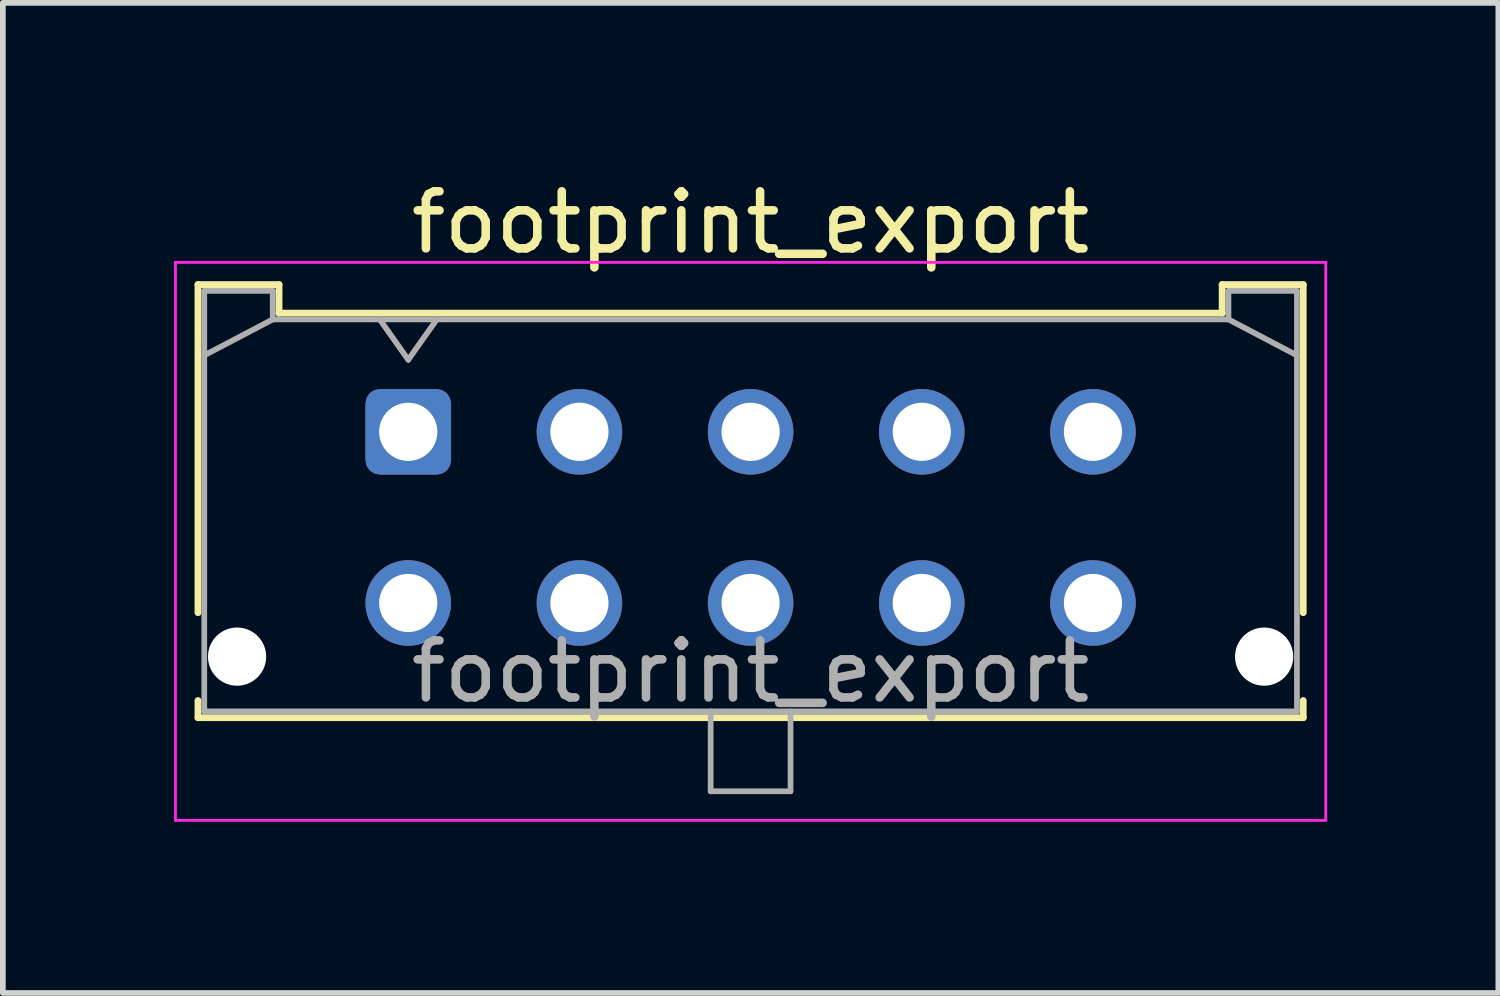
<source format=kicad_pcb>
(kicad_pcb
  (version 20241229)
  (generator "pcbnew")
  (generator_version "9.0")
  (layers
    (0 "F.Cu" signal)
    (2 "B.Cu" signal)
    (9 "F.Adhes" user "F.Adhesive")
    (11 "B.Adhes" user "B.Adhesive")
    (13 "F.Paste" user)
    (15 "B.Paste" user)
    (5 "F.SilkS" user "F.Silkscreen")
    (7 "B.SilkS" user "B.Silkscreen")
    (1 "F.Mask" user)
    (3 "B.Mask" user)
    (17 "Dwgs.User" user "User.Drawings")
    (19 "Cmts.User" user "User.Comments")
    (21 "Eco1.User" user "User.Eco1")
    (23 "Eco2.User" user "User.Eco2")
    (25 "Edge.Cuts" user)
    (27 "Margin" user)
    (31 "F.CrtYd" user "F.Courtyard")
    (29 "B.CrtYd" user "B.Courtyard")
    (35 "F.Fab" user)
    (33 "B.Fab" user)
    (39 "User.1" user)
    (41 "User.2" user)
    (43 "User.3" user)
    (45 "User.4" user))
  (footprint "footprint_export"
    (layer "F.Cu")
    (at 4.105 4.518)
    (property "Reference" "footprint_export" (at 6 -3.67 0) (layer "F.SilkS") (effects (font (size 1 1) (thickness 0.15))))
    (attr through_hole)
    (fp_line (start -3.685 -2.58) (end -2.265 -2.58) (stroke (width 0.12) (type solid)) (layer "F.SilkS"))
    (fp_line (start -3.685 3.17) (end -3.685 -2.58) (stroke (width 0.12) (type solid)) (layer "F.SilkS"))
    (fp_line (start -3.685 4.71) (end -3.685 5.01) (stroke (width 0.12) (type solid)) (layer "F.SilkS"))
    (fp_line (start -3.685 5.01) (end 15.685 5.01) (stroke (width 0.12) (type solid)) (layer "F.SilkS"))
    (fp_line (start -2.265 -2.58) (end -2.265 -2.08) (stroke (width 0.12) (type solid)) (layer "F.SilkS"))
    (fp_line (start -2.265 -2.08) (end 14.265 -2.08) (stroke (width 0.12) (type solid)) (layer "F.SilkS"))
    (fp_line (start 14.265 -2.58) (end 15.685 -2.58) (stroke (width 0.12) (type solid)) (layer "F.SilkS"))
    (fp_line (start 14.265 -2.08) (end 14.265 -2.58) (stroke (width 0.12) (type solid)) (layer "F.SilkS"))
    (fp_line (start 15.685 -2.58) (end 15.685 3.17) (stroke (width 0.12) (type solid)) (layer "F.SilkS"))
    (fp_line (start 15.685 5.01) (end 15.685 4.71) (stroke (width 0.12) (type solid)) (layer "F.SilkS"))
    (fp_line (start -4.08 -2.97) (end 16.08 -2.97) (stroke (width 0.05) (type solid)) (layer "F.CrtYd"))
    (fp_line (start -4.08 6.81) (end -4.08 -2.97) (stroke (width 0.05) (type solid)) (layer "F.CrtYd"))
    (fp_line (start 16.08 -2.97) (end 16.08 6.81) (stroke (width 0.05) (type solid)) (layer "F.CrtYd"))
    (fp_line (start 16.08 6.81) (end -4.08 6.81) (stroke (width 0.05) (type solid)) (layer "F.CrtYd"))
    (fp_line (start -3.575 -2.47) (end -3.575 4.9) (stroke (width 0.1) (type solid)) (layer "F.Fab"))
    (fp_line (start -3.575 -1.34) (end -2.375 -1.97) (stroke (width 0.1) (type solid)) (layer "F.Fab"))
    (fp_line (start -3.575 4.9) (end 15.575 4.9) (stroke (width 0.1) (type solid)) (layer "F.Fab"))
    (fp_line (start -2.375 -2.47) (end -3.575 -2.47) (stroke (width 0.1) (type solid)) (layer "F.Fab"))
    (fp_line (start -2.375 -1.97) (end -2.375 -2.47) (stroke (width 0.1) (type solid)) (layer "F.Fab"))
    (fp_line (start -0.5 -1.97) (end 0 -1.263) (stroke (width 0.1) (type solid)) (layer "F.Fab"))
    (fp_line (start 0 -1.263) (end 0.5 -1.97) (stroke (width 0.1) (type solid)) (layer "F.Fab"))
    (fp_line (start 5.3 4.9) (end 5.3 6.3) (stroke (width 0.1) (type solid)) (layer "F.Fab"))
    (fp_line (start 5.3 6.3) (end 6.7 6.3) (stroke (width 0.1) (type solid)) (layer "F.Fab"))
    (fp_line (start 6.7 6.3) (end 6.7 4.9) (stroke (width 0.1) (type solid)) (layer "F.Fab"))
    (fp_line (start 14.375 -2.47) (end 14.375 -1.97) (stroke (width 0.1) (type solid)) (layer "F.Fab"))
    (fp_line (start 14.375 -1.97) (end -2.375 -1.97) (stroke (width 0.1) (type solid)) (layer "F.Fab"))
    (fp_line (start 15.575 -2.47) (end 14.375 -2.47) (stroke (width 0.1) (type solid)) (layer "F.Fab"))
    (fp_line (start 15.575 -1.34) (end 14.375 -1.97) (stroke (width 0.1) (type solid)) (layer "F.Fab"))
    (fp_line (start 15.575 4.9) (end 15.575 -2.47) (stroke (width 0.1) (type solid)) (layer "F.Fab"))
    (fp_text user "${REFERENCE}" (at 6 4.2 0) (layer "F.Fab") (effects (font (size 1 1) (thickness 0.15))))
    (pad "" np_thru_hole circle (at -3 3.94) (size 1.02 1.02) (drill 1.02) (layers "*.Cu" "*.Mask"))
    (pad "" np_thru_hole circle (at 15 3.94) (size 1.02 1.02) (drill 1.02) (layers "*.Cu" "*.Mask"))
    (pad "1" thru_hole roundrect (at 0 0) (size 1.5 1.5) (drill 1.02) (layers "*.Cu" "*.Mask") (roundrect_rratio 0.167))
    (pad "2" thru_hole circle (at 3 0) (size 1.5 1.5) (drill 1.02) (layers "*.Cu" "*.Mask"))
    (pad "3" thru_hole circle (at 6 0) (size 1.5 1.5) (drill 1.02) (layers "*.Cu" "*.Mask"))
    (pad "4" thru_hole circle (at 9 0) (size 1.5 1.5) (drill 1.02) (layers "*.Cu" "*.Mask"))
    (pad "5" thru_hole circle (at 12 0) (size 1.5 1.5) (drill 1.02) (layers "*.Cu" "*.Mask"))
    (pad "6" thru_hole circle (at 0 3) (size 1.5 1.5) (drill 1.02) (layers "*.Cu" "*.Mask"))
    (pad "7" thru_hole circle (at 3 3) (size 1.5 1.5) (drill 1.02) (layers "*.Cu" "*.Mask"))
    (pad "8" thru_hole circle (at 6 3) (size 1.5 1.5) (drill 1.02) (layers "*.Cu" "*.Mask"))
    (pad "9" thru_hole circle (at 9 3) (size 1.5 1.5) (drill 1.02) (layers "*.Cu" "*.Mask"))
    (pad "10" thru_hole circle (at 12 3) (size 1.5 1.5) (drill 1.02) (layers "*.Cu" "*.Mask")))
  (gr_rect
    (start -3 -3)
    (end 23.21 14.353)
    (stroke (width 0.1) (type default))
    (fill no)
    (layer "Edge.Cuts")))
</source>
